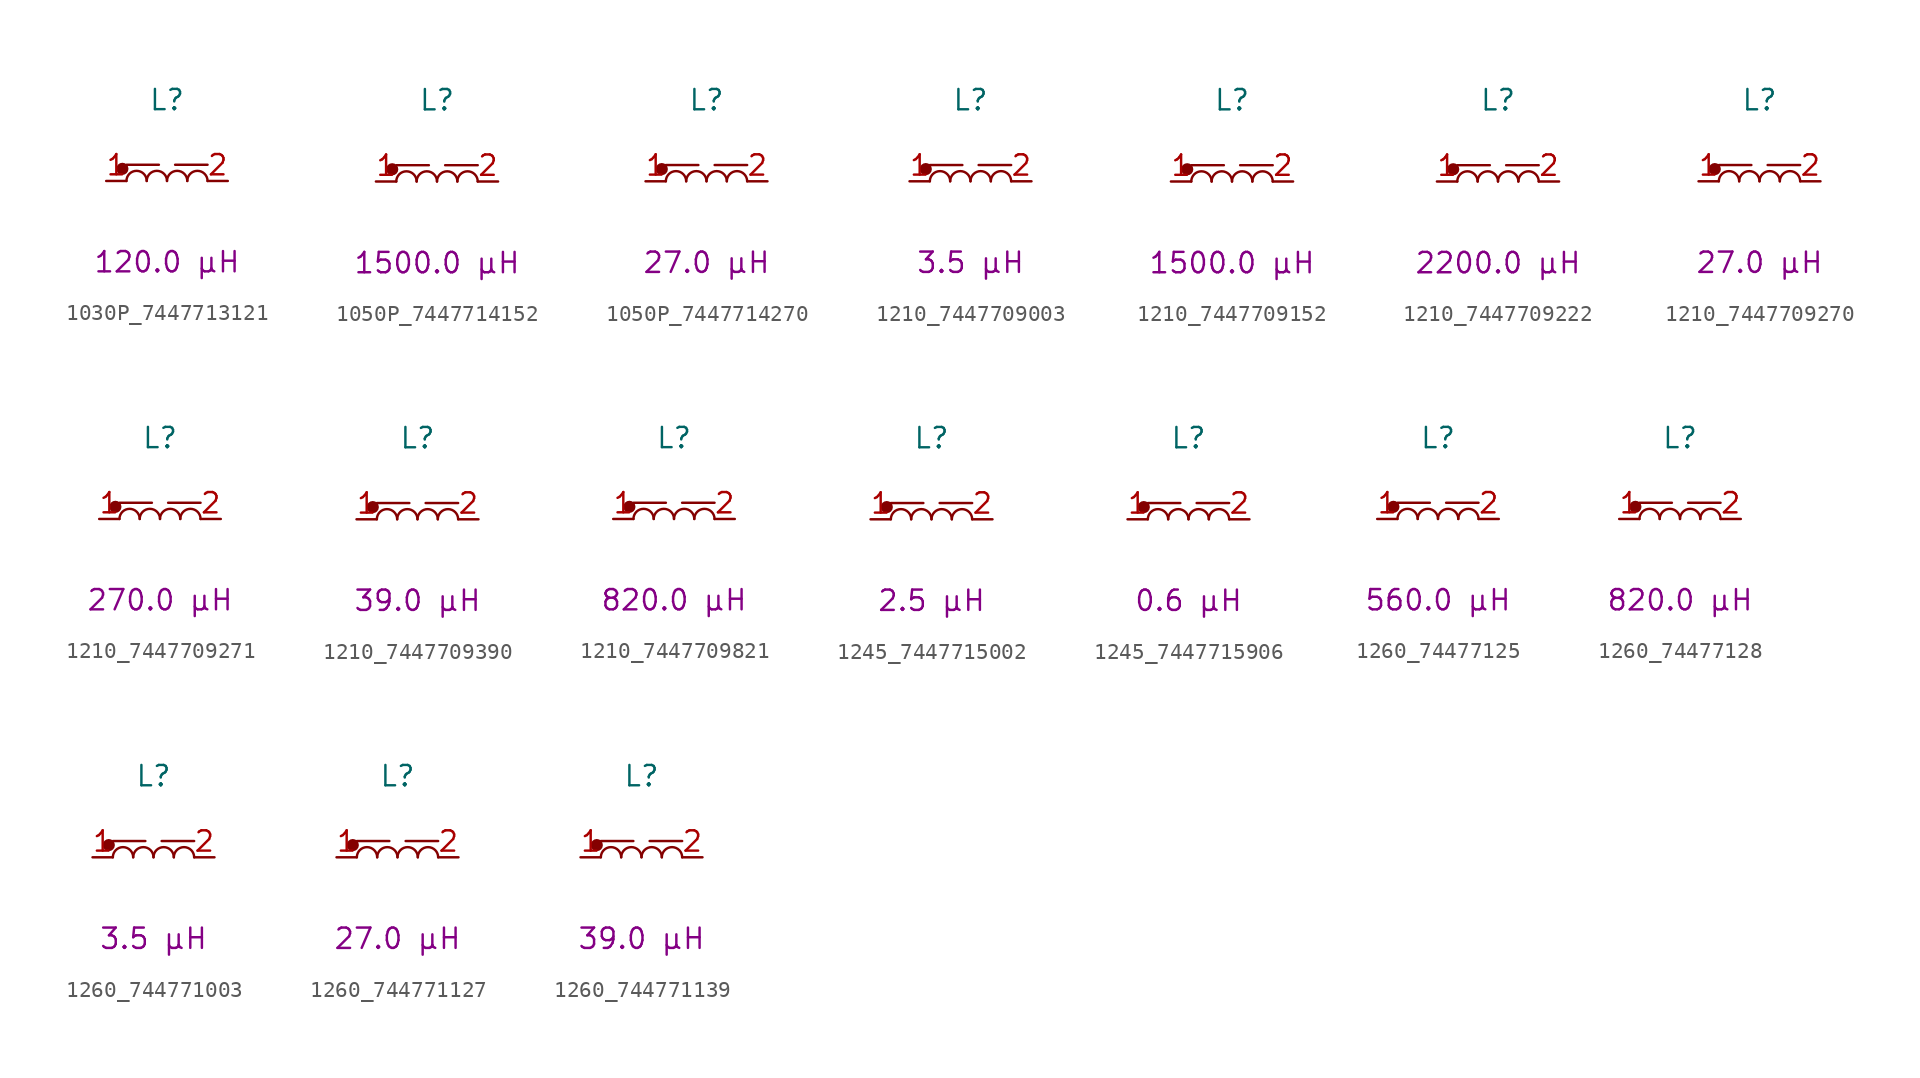
<source format=kicad_sym>
(kicad_symbol_lib
  (version 20220914)
  (generator kicad_symbol_editor)
  (symbol "1030P_7447713121"
    (pin_names hide)
    (property "Reference" "L"
      (at 0 5.08 0)
      (effects (font (size 1.27 1.27))))
    (property "Critical Parameter" "120.0 µH"
      (at 0 -5.08 0)
      (effects (font (size 1.27 1.27))))
    (symbol "1030P_7447713121_0_1"
      (arc (start -1.27 0) (mid -1.905 0.6323) (end -2.54 0) (stroke (width 0) (type default)) (fill (type none)))
      (arc (start 0 0) (mid -0.635 0.6323) (end -1.27 0) (stroke (width 0) (type default)) (fill (type none)))
      (polyline (pts (xy -2.54 1.016) (xy -0.508 1.016)) (stroke (width 0) (type default)) (fill (type none)))
      (arc (start 1.27 0) (mid 0.635 0.6323) (end 0 0) (stroke (width 0) (type default)) (fill (type none)))
      (arc (start 2.54 0) (mid 1.905 0.6323) (end 1.27 0) (stroke (width 0) (type default)) (fill (type none))))
    (symbol "1030P_7447713121_1_1"
      (circle (center -2.794 0.762) (radius 0.0001) (stroke (width 0.381) (type default)) (fill (type none)))
      (polyline (pts (xy 2.54 1.016) (xy 0.508 1.016)) (stroke (width 0) (type default)) (fill (type none)))
      (pin passive line (at -3.81 0 0) (length 1.27) (name "1" (effects (font (size 1.27 1.27)))) (number "1" (effects (font (size 1.27 1.27)))))
      (pin passive line (at 3.81 0 180) (length 1.27) (name "2" (effects (font (size 1.27 1.27)))) (number "2" (effects (font (size 1.27 1.27)))))))
  (symbol "1050P_7447714152"
    (pin_names hide)
    (property "Reference" "L"
      (at 0 5.08 0)
      (effects (font (size 1.27 1.27))))
    (property "Critical Parameter" "1500.0 µH"
      (at 0 -5.08 0)
      (effects (font (size 1.27 1.27))))
    (symbol "1050P_7447714152_0_1"
      (arc (start -1.27 0) (mid -1.905 0.6323) (end -2.54 0) (stroke (width 0) (type default)) (fill (type none)))
      (arc (start 0 0) (mid -0.635 0.6323) (end -1.27 0) (stroke (width 0) (type default)) (fill (type none)))
      (polyline (pts (xy -2.54 1.016) (xy -0.508 1.016)) (stroke (width 0) (type default)) (fill (type none)))
      (arc (start 1.27 0) (mid 0.635 0.6323) (end 0 0) (stroke (width 0) (type default)) (fill (type none)))
      (arc (start 2.54 0) (mid 1.905 0.6323) (end 1.27 0) (stroke (width 0) (type default)) (fill (type none))))
    (symbol "1050P_7447714152_1_1"
      (circle (center -2.794 0.762) (radius 0.0001) (stroke (width 0.381) (type default)) (fill (type none)))
      (polyline (pts (xy 2.54 1.016) (xy 0.508 1.016)) (stroke (width 0) (type default)) (fill (type none)))
      (pin passive line (at -3.81 0 0) (length 1.27) (name "1" (effects (font (size 1.27 1.27)))) (number "1" (effects (font (size 1.27 1.27)))))
      (pin passive line (at 3.81 0 180) (length 1.27) (name "2" (effects (font (size 1.27 1.27)))) (number "2" (effects (font (size 1.27 1.27)))))))
  (symbol "1050P_7447714270"
    (pin_names hide)
    (property "Reference" "L"
      (at 0 5.08 0)
      (effects (font (size 1.27 1.27))))
    (property "Critical Parameter" "27.0 µH"
      (at 0 -5.08 0)
      (effects (font (size 1.27 1.27))))
    (symbol "1050P_7447714270_0_1"
      (arc (start -1.27 0) (mid -1.905 0.6323) (end -2.54 0) (stroke (width 0) (type default)) (fill (type none)))
      (arc (start 0 0) (mid -0.635 0.6323) (end -1.27 0) (stroke (width 0) (type default)) (fill (type none)))
      (polyline (pts (xy -2.54 1.016) (xy -0.508 1.016)) (stroke (width 0) (type default)) (fill (type none)))
      (arc (start 1.27 0) (mid 0.635 0.6323) (end 0 0) (stroke (width 0) (type default)) (fill (type none)))
      (arc (start 2.54 0) (mid 1.905 0.6323) (end 1.27 0) (stroke (width 0) (type default)) (fill (type none))))
    (symbol "1050P_7447714270_1_1"
      (circle (center -2.794 0.762) (radius 0.0001) (stroke (width 0.381) (type default)) (fill (type none)))
      (polyline (pts (xy 2.54 1.016) (xy 0.508 1.016)) (stroke (width 0) (type default)) (fill (type none)))
      (pin passive line (at -3.81 0 0) (length 1.27) (name "1" (effects (font (size 1.27 1.27)))) (number "1" (effects (font (size 1.27 1.27)))))
      (pin passive line (at 3.81 0 180) (length 1.27) (name "2" (effects (font (size 1.27 1.27)))) (number "2" (effects (font (size 1.27 1.27)))))))
  (symbol "1210_7447709003"
    (pin_names hide)
    (property "Reference" "L"
      (at 0 5.08 0)
      (effects (font (size 1.27 1.27))))
    (property "Critical Parameter" "3.5 µH"
      (at 0 -5.08 0)
      (effects (font (size 1.27 1.27))))
    (symbol "1210_7447709003_0_1"
      (arc (start -1.27 0) (mid -1.905 0.6323) (end -2.54 0) (stroke (width 0) (type default)) (fill (type none)))
      (arc (start 0 0) (mid -0.635 0.6323) (end -1.27 0) (stroke (width 0) (type default)) (fill (type none)))
      (polyline (pts (xy -2.54 1.016) (xy -0.508 1.016)) (stroke (width 0) (type default)) (fill (type none)))
      (arc (start 1.27 0) (mid 0.635 0.6323) (end 0 0) (stroke (width 0) (type default)) (fill (type none)))
      (arc (start 2.54 0) (mid 1.905 0.6323) (end 1.27 0) (stroke (width 0) (type default)) (fill (type none))))
    (symbol "1210_7447709003_1_1"
      (circle (center -2.794 0.762) (radius 0.0001) (stroke (width 0.381) (type default)) (fill (type none)))
      (polyline (pts (xy 2.54 1.016) (xy 0.508 1.016)) (stroke (width 0) (type default)) (fill (type none)))
      (pin passive line (at -3.81 0 0) (length 1.27) (name "1" (effects (font (size 1.27 1.27)))) (number "1" (effects (font (size 1.27 1.27)))))
      (pin passive line (at 3.81 0 180) (length 1.27) (name "2" (effects (font (size 1.27 1.27)))) (number "2" (effects (font (size 1.27 1.27)))))))
  (symbol "1210_7447709152"
    (pin_names hide)
    (property "Reference" "L"
      (at 0 5.08 0)
      (effects (font (size 1.27 1.27))))
    (property "Critical Parameter" "1500.0 µH"
      (at 0 -5.08 0)
      (effects (font (size 1.27 1.27))))
    (symbol "1210_7447709152_0_1"
      (arc (start -1.27 0) (mid -1.905 0.6323) (end -2.54 0) (stroke (width 0) (type default)) (fill (type none)))
      (arc (start 0 0) (mid -0.635 0.6323) (end -1.27 0) (stroke (width 0) (type default)) (fill (type none)))
      (polyline (pts (xy -2.54 1.016) (xy -0.508 1.016)) (stroke (width 0) (type default)) (fill (type none)))
      (arc (start 1.27 0) (mid 0.635 0.6323) (end 0 0) (stroke (width 0) (type default)) (fill (type none)))
      (arc (start 2.54 0) (mid 1.905 0.6323) (end 1.27 0) (stroke (width 0) (type default)) (fill (type none))))
    (symbol "1210_7447709152_1_1"
      (circle (center -2.794 0.762) (radius 0.0001) (stroke (width 0.381) (type default)) (fill (type none)))
      (polyline (pts (xy 2.54 1.016) (xy 0.508 1.016)) (stroke (width 0) (type default)) (fill (type none)))
      (pin passive line (at -3.81 0 0) (length 1.27) (name "1" (effects (font (size 1.27 1.27)))) (number "1" (effects (font (size 1.27 1.27)))))
      (pin passive line (at 3.81 0 180) (length 1.27) (name "2" (effects (font (size 1.27 1.27)))) (number "2" (effects (font (size 1.27 1.27)))))))
  (symbol "1210_7447709222"
    (pin_names hide)
    (property "Reference" "L"
      (at 0 5.08 0)
      (effects (font (size 1.27 1.27))))
    (property "Critical Parameter" "2200.0 µH"
      (at 0 -5.08 0)
      (effects (font (size 1.27 1.27))))
    (symbol "1210_7447709222_0_1"
      (arc (start -1.27 0) (mid -1.905 0.6323) (end -2.54 0) (stroke (width 0) (type default)) (fill (type none)))
      (arc (start 0 0) (mid -0.635 0.6323) (end -1.27 0) (stroke (width 0) (type default)) (fill (type none)))
      (polyline (pts (xy -2.54 1.016) (xy -0.508 1.016)) (stroke (width 0) (type default)) (fill (type none)))
      (arc (start 1.27 0) (mid 0.635 0.6323) (end 0 0) (stroke (width 0) (type default)) (fill (type none)))
      (arc (start 2.54 0) (mid 1.905 0.6323) (end 1.27 0) (stroke (width 0) (type default)) (fill (type none))))
    (symbol "1210_7447709222_1_1"
      (circle (center -2.794 0.762) (radius 0.0001) (stroke (width 0.381) (type default)) (fill (type none)))
      (polyline (pts (xy 2.54 1.016) (xy 0.508 1.016)) (stroke (width 0) (type default)) (fill (type none)))
      (pin passive line (at -3.81 0 0) (length 1.27) (name "1" (effects (font (size 1.27 1.27)))) (number "1" (effects (font (size 1.27 1.27)))))
      (pin passive line (at 3.81 0 180) (length 1.27) (name "2" (effects (font (size 1.27 1.27)))) (number "2" (effects (font (size 1.27 1.27)))))))
  (symbol "1210_7447709270"
    (pin_names hide)
    (property "Reference" "L"
      (at 0 5.08 0)
      (effects (font (size 1.27 1.27))))
    (property "Critical Parameter" "27.0 µH"
      (at 0 -5.08 0)
      (effects (font (size 1.27 1.27))))
    (symbol "1210_7447709270_0_1"
      (arc (start -1.27 0) (mid -1.905 0.6323) (end -2.54 0) (stroke (width 0) (type default)) (fill (type none)))
      (arc (start 0 0) (mid -0.635 0.6323) (end -1.27 0) (stroke (width 0) (type default)) (fill (type none)))
      (polyline (pts (xy -2.54 1.016) (xy -0.508 1.016)) (stroke (width 0) (type default)) (fill (type none)))
      (arc (start 1.27 0) (mid 0.635 0.6323) (end 0 0) (stroke (width 0) (type default)) (fill (type none)))
      (arc (start 2.54 0) (mid 1.905 0.6323) (end 1.27 0) (stroke (width 0) (type default)) (fill (type none))))
    (symbol "1210_7447709270_1_1"
      (circle (center -2.794 0.762) (radius 0.0001) (stroke (width 0.381) (type default)) (fill (type none)))
      (polyline (pts (xy 2.54 1.016) (xy 0.508 1.016)) (stroke (width 0) (type default)) (fill (type none)))
      (pin passive line (at -3.81 0 0) (length 1.27) (name "1" (effects (font (size 1.27 1.27)))) (number "1" (effects (font (size 1.27 1.27)))))
      (pin passive line (at 3.81 0 180) (length 1.27) (name "2" (effects (font (size 1.27 1.27)))) (number "2" (effects (font (size 1.27 1.27)))))))
  (symbol "1210_7447709271"
    (pin_names hide)
    (property "Reference" "L"
      (at 0 5.08 0)
      (effects (font (size 1.27 1.27))))
    (property "Critical Parameter" "270.0 µH"
      (at 0 -5.08 0)
      (effects (font (size 1.27 1.27))))
    (symbol "1210_7447709271_0_1"
      (arc (start -1.27 0) (mid -1.905 0.6323) (end -2.54 0) (stroke (width 0) (type default)) (fill (type none)))
      (arc (start 0 0) (mid -0.635 0.6323) (end -1.27 0) (stroke (width 0) (type default)) (fill (type none)))
      (polyline (pts (xy -2.54 1.016) (xy -0.508 1.016)) (stroke (width 0) (type default)) (fill (type none)))
      (arc (start 1.27 0) (mid 0.635 0.6323) (end 0 0) (stroke (width 0) (type default)) (fill (type none)))
      (arc (start 2.54 0) (mid 1.905 0.6323) (end 1.27 0) (stroke (width 0) (type default)) (fill (type none))))
    (symbol "1210_7447709271_1_1"
      (circle (center -2.794 0.762) (radius 0.0001) (stroke (width 0.381) (type default)) (fill (type none)))
      (polyline (pts (xy 2.54 1.016) (xy 0.508 1.016)) (stroke (width 0) (type default)) (fill (type none)))
      (pin passive line (at -3.81 0 0) (length 1.27) (name "1" (effects (font (size 1.27 1.27)))) (number "1" (effects (font (size 1.27 1.27)))))
      (pin passive line (at 3.81 0 180) (length 1.27) (name "2" (effects (font (size 1.27 1.27)))) (number "2" (effects (font (size 1.27 1.27)))))))
  (symbol "1210_7447709390"
    (pin_names hide)
    (property "Reference" "L"
      (at 0 5.08 0)
      (effects (font (size 1.27 1.27))))
    (property "Critical Parameter" "39.0 µH"
      (at 0 -5.08 0)
      (effects (font (size 1.27 1.27))))
    (symbol "1210_7447709390_0_1"
      (arc (start -1.27 0) (mid -1.905 0.6323) (end -2.54 0) (stroke (width 0) (type default)) (fill (type none)))
      (arc (start 0 0) (mid -0.635 0.6323) (end -1.27 0) (stroke (width 0) (type default)) (fill (type none)))
      (polyline (pts (xy -2.54 1.016) (xy -0.508 1.016)) (stroke (width 0) (type default)) (fill (type none)))
      (arc (start 1.27 0) (mid 0.635 0.6323) (end 0 0) (stroke (width 0) (type default)) (fill (type none)))
      (arc (start 2.54 0) (mid 1.905 0.6323) (end 1.27 0) (stroke (width 0) (type default)) (fill (type none))))
    (symbol "1210_7447709390_1_1"
      (circle (center -2.794 0.762) (radius 0.0001) (stroke (width 0.381) (type default)) (fill (type none)))
      (polyline (pts (xy 2.54 1.016) (xy 0.508 1.016)) (stroke (width 0) (type default)) (fill (type none)))
      (pin passive line (at -3.81 0 0) (length 1.27) (name "1" (effects (font (size 1.27 1.27)))) (number "1" (effects (font (size 1.27 1.27)))))
      (pin passive line (at 3.81 0 180) (length 1.27) (name "2" (effects (font (size 1.27 1.27)))) (number "2" (effects (font (size 1.27 1.27)))))))
  (symbol "1210_7447709821"
    (pin_names hide)
    (property "Reference" "L"
      (at 0 5.08 0)
      (effects (font (size 1.27 1.27))))
    (property "Critical Parameter" "820.0 µH"
      (at 0 -5.08 0)
      (effects (font (size 1.27 1.27))))
    (symbol "1210_7447709821_0_1"
      (arc (start -1.27 0) (mid -1.905 0.6323) (end -2.54 0) (stroke (width 0) (type default)) (fill (type none)))
      (arc (start 0 0) (mid -0.635 0.6323) (end -1.27 0) (stroke (width 0) (type default)) (fill (type none)))
      (polyline (pts (xy -2.54 1.016) (xy -0.508 1.016)) (stroke (width 0) (type default)) (fill (type none)))
      (arc (start 1.27 0) (mid 0.635 0.6323) (end 0 0) (stroke (width 0) (type default)) (fill (type none)))
      (arc (start 2.54 0) (mid 1.905 0.6323) (end 1.27 0) (stroke (width 0) (type default)) (fill (type none))))
    (symbol "1210_7447709821_1_1"
      (circle (center -2.794 0.762) (radius 0.0001) (stroke (width 0.381) (type default)) (fill (type none)))
      (polyline (pts (xy 2.54 1.016) (xy 0.508 1.016)) (stroke (width 0) (type default)) (fill (type none)))
      (pin passive line (at -3.81 0 0) (length 1.27) (name "1" (effects (font (size 1.27 1.27)))) (number "1" (effects (font (size 1.27 1.27)))))
      (pin passive line (at 3.81 0 180) (length 1.27) (name "2" (effects (font (size 1.27 1.27)))) (number "2" (effects (font (size 1.27 1.27)))))))
  (symbol "1245_7447715002"
    (pin_names hide)
    (property "Reference" "L"
      (at 0 5.08 0)
      (effects (font (size 1.27 1.27))))
    (property "Critical Parameter" "2.5 µH"
      (at 0 -5.08 0)
      (effects (font (size 1.27 1.27))))
    (symbol "1245_7447715002_0_1"
      (arc (start -1.27 0) (mid -1.905 0.6323) (end -2.54 0) (stroke (width 0) (type default)) (fill (type none)))
      (arc (start 0 0) (mid -0.635 0.6323) (end -1.27 0) (stroke (width 0) (type default)) (fill (type none)))
      (polyline (pts (xy -2.54 1.016) (xy -0.508 1.016)) (stroke (width 0) (type default)) (fill (type none)))
      (arc (start 1.27 0) (mid 0.635 0.6323) (end 0 0) (stroke (width 0) (type default)) (fill (type none)))
      (arc (start 2.54 0) (mid 1.905 0.6323) (end 1.27 0) (stroke (width 0) (type default)) (fill (type none))))
    (symbol "1245_7447715002_1_1"
      (circle (center -2.794 0.762) (radius 0.0001) (stroke (width 0.381) (type default)) (fill (type none)))
      (polyline (pts (xy 2.54 1.016) (xy 0.508 1.016)) (stroke (width 0) (type default)) (fill (type none)))
      (pin passive line (at -3.81 0 0) (length 1.27) (name "1" (effects (font (size 1.27 1.27)))) (number "1" (effects (font (size 1.27 1.27)))))
      (pin passive line (at 3.81 0 180) (length 1.27) (name "2" (effects (font (size 1.27 1.27)))) (number "2" (effects (font (size 1.27 1.27)))))))
  (symbol "1245_7447715906"
    (pin_names hide)
    (property "Reference" "L"
      (at 0 5.08 0)
      (effects (font (size 1.27 1.27))))
    (property "Critical Parameter" "0.6 µH"
      (at 0 -5.08 0)
      (effects (font (size 1.27 1.27))))
    (symbol "1245_7447715906_0_1"
      (arc (start -1.27 0) (mid -1.905 0.6323) (end -2.54 0) (stroke (width 0) (type default)) (fill (type none)))
      (arc (start 0 0) (mid -0.635 0.6323) (end -1.27 0) (stroke (width 0) (type default)) (fill (type none)))
      (polyline (pts (xy -2.54 1.016) (xy -0.508 1.016)) (stroke (width 0) (type default)) (fill (type none)))
      (arc (start 1.27 0) (mid 0.635 0.6323) (end 0 0) (stroke (width 0) (type default)) (fill (type none)))
      (arc (start 2.54 0) (mid 1.905 0.6323) (end 1.27 0) (stroke (width 0) (type default)) (fill (type none))))
    (symbol "1245_7447715906_1_1"
      (circle (center -2.794 0.762) (radius 0.0001) (stroke (width 0.381) (type default)) (fill (type none)))
      (polyline (pts (xy 2.54 1.016) (xy 0.508 1.016)) (stroke (width 0) (type default)) (fill (type none)))
      (pin passive line (at -3.81 0 0) (length 1.27) (name "1" (effects (font (size 1.27 1.27)))) (number "1" (effects (font (size 1.27 1.27)))))
      (pin passive line (at 3.81 0 180) (length 1.27) (name "2" (effects (font (size 1.27 1.27)))) (number "2" (effects (font (size 1.27 1.27)))))))
  (symbol "1260_74477125"
    (pin_names hide)
    (property "Reference" "L"
      (at 0 5.08 0)
      (effects (font (size 1.27 1.27))))
    (property "Critical Parameter" "560.0 µH"
      (at 0 -5.08 0)
      (effects (font (size 1.27 1.27))))
    (symbol "1260_74477125_0_1"
      (arc (start -1.27 0) (mid -1.905 0.6323) (end -2.54 0) (stroke (width 0) (type default)) (fill (type none)))
      (arc (start 0 0) (mid -0.635 0.6323) (end -1.27 0) (stroke (width 0) (type default)) (fill (type none)))
      (polyline (pts (xy -2.54 1.016) (xy -0.508 1.016)) (stroke (width 0) (type default)) (fill (type none)))
      (arc (start 1.27 0) (mid 0.635 0.6323) (end 0 0) (stroke (width 0) (type default)) (fill (type none)))
      (arc (start 2.54 0) (mid 1.905 0.6323) (end 1.27 0) (stroke (width 0) (type default)) (fill (type none))))
    (symbol "1260_74477125_1_1"
      (circle (center -2.794 0.762) (radius 0.0001) (stroke (width 0.381) (type default)) (fill (type none)))
      (polyline (pts (xy 2.54 1.016) (xy 0.508 1.016)) (stroke (width 0) (type default)) (fill (type none)))
      (pin passive line (at -3.81 0 0) (length 1.27) (name "1" (effects (font (size 1.27 1.27)))) (number "1" (effects (font (size 1.27 1.27)))))
      (pin passive line (at 3.81 0 180) (length 1.27) (name "2" (effects (font (size 1.27 1.27)))) (number "2" (effects (font (size 1.27 1.27)))))))
  (symbol "1260_74477128"
    (pin_names hide)
    (property "Reference" "L"
      (at 0 5.08 0)
      (effects (font (size 1.27 1.27))))
    (property "Critical Parameter" "820.0 µH"
      (at 0 -5.08 0)
      (effects (font (size 1.27 1.27))))
    (symbol "1260_74477128_0_1"
      (arc (start -1.27 0) (mid -1.905 0.6323) (end -2.54 0) (stroke (width 0) (type default)) (fill (type none)))
      (arc (start 0 0) (mid -0.635 0.6323) (end -1.27 0) (stroke (width 0) (type default)) (fill (type none)))
      (polyline (pts (xy -2.54 1.016) (xy -0.508 1.016)) (stroke (width 0) (type default)) (fill (type none)))
      (arc (start 1.27 0) (mid 0.635 0.6323) (end 0 0) (stroke (width 0) (type default)) (fill (type none)))
      (arc (start 2.54 0) (mid 1.905 0.6323) (end 1.27 0) (stroke (width 0) (type default)) (fill (type none))))
    (symbol "1260_74477128_1_1"
      (circle (center -2.794 0.762) (radius 0.0001) (stroke (width 0.381) (type default)) (fill (type none)))
      (polyline (pts (xy 2.54 1.016) (xy 0.508 1.016)) (stroke (width 0) (type default)) (fill (type none)))
      (pin passive line (at -3.81 0 0) (length 1.27) (name "1" (effects (font (size 1.27 1.27)))) (number "1" (effects (font (size 1.27 1.27)))))
      (pin passive line (at 3.81 0 180) (length 1.27) (name "2" (effects (font (size 1.27 1.27)))) (number "2" (effects (font (size 1.27 1.27)))))))
  (symbol "1260_744771003"
    (pin_names hide)
    (property "Reference" "L"
      (at 0 5.08 0)
      (effects (font (size 1.27 1.27))))
    (property "Critical Parameter" "3.5 µH"
      (at 0 -5.08 0)
      (effects (font (size 1.27 1.27))))
    (symbol "1260_744771003_0_1"
      (arc (start -1.27 0) (mid -1.905 0.6323) (end -2.54 0) (stroke (width 0) (type default)) (fill (type none)))
      (arc (start 0 0) (mid -0.635 0.6323) (end -1.27 0) (stroke (width 0) (type default)) (fill (type none)))
      (polyline (pts (xy -2.54 1.016) (xy -0.508 1.016)) (stroke (width 0) (type default)) (fill (type none)))
      (arc (start 1.27 0) (mid 0.635 0.6323) (end 0 0) (stroke (width 0) (type default)) (fill (type none)))
      (arc (start 2.54 0) (mid 1.905 0.6323) (end 1.27 0) (stroke (width 0) (type default)) (fill (type none))))
    (symbol "1260_744771003_1_1"
      (circle (center -2.794 0.762) (radius 0.0001) (stroke (width 0.381) (type default)) (fill (type none)))
      (polyline (pts (xy 2.54 1.016) (xy 0.508 1.016)) (stroke (width 0) (type default)) (fill (type none)))
      (pin passive line (at -3.81 0 0) (length 1.27) (name "1" (effects (font (size 1.27 1.27)))) (number "1" (effects (font (size 1.27 1.27)))))
      (pin passive line (at 3.81 0 180) (length 1.27) (name "2" (effects (font (size 1.27 1.27)))) (number "2" (effects (font (size 1.27 1.27)))))))
  (symbol "1260_744771127"
    (pin_names hide)
    (property "Reference" "L"
      (at 0 5.08 0)
      (effects (font (size 1.27 1.27))))
    (property "Critical Parameter" "27.0 µH"
      (at 0 -5.08 0)
      (effects (font (size 1.27 1.27))))
    (symbol "1260_744771127_0_1"
      (arc (start -1.27 0) (mid -1.905 0.6323) (end -2.54 0) (stroke (width 0) (type default)) (fill (type none)))
      (arc (start 0 0) (mid -0.635 0.6323) (end -1.27 0) (stroke (width 0) (type default)) (fill (type none)))
      (polyline (pts (xy -2.54 1.016) (xy -0.508 1.016)) (stroke (width 0) (type default)) (fill (type none)))
      (arc (start 1.27 0) (mid 0.635 0.6323) (end 0 0) (stroke (width 0) (type default)) (fill (type none)))
      (arc (start 2.54 0) (mid 1.905 0.6323) (end 1.27 0) (stroke (width 0) (type default)) (fill (type none))))
    (symbol "1260_744771127_1_1"
      (circle (center -2.794 0.762) (radius 0.0001) (stroke (width 0.381) (type default)) (fill (type none)))
      (polyline (pts (xy 2.54 1.016) (xy 0.508 1.016)) (stroke (width 0) (type default)) (fill (type none)))
      (pin passive line (at -3.81 0 0) (length 1.27) (name "1" (effects (font (size 1.27 1.27)))) (number "1" (effects (font (size 1.27 1.27)))))
      (pin passive line (at 3.81 0 180) (length 1.27) (name "2" (effects (font (size 1.27 1.27)))) (number "2" (effects (font (size 1.27 1.27)))))))
  (symbol "1260_744771139"
    (pin_names hide)
    (property "Reference" "L"
      (at 0 5.08 0)
      (effects (font (size 1.27 1.27))))
    (property "Critical Parameter" "39.0 µH"
      (at 0 -5.08 0)
      (effects (font (size 1.27 1.27))))
    (symbol "1260_744771139_0_1"
      (arc (start -1.27 0) (mid -1.905 0.6323) (end -2.54 0) (stroke (width 0) (type default)) (fill (type none)))
      (arc (start 0 0) (mid -0.635 0.6323) (end -1.27 0) (stroke (width 0) (type default)) (fill (type none)))
      (polyline (pts (xy -2.54 1.016) (xy -0.508 1.016)) (stroke (width 0) (type default)) (fill (type none)))
      (arc (start 1.27 0) (mid 0.635 0.6323) (end 0 0) (stroke (width 0) (type default)) (fill (type none)))
      (arc (start 2.54 0) (mid 1.905 0.6323) (end 1.27 0) (stroke (width 0) (type default)) (fill (type none))))
    (symbol "1260_744771139_1_1"
      (circle (center -2.794 0.762) (radius 0.0001) (stroke (width 0.381) (type default)) (fill (type none)))
      (polyline (pts (xy 2.54 1.016) (xy 0.508 1.016)) (stroke (width 0) (type default)) (fill (type none)))
      (pin passive line (at -3.81 0 0) (length 1.27) (name "1" (effects (font (size 1.27 1.27)))) (number "1" (effects (font (size 1.27 1.27)))))
      (pin passive line (at 3.81 0 180) (length 1.27) (name "2" (effects (font (size 1.27 1.27)))) (number "2" (effects (font (size 1.27 1.27))))))))
</source>
